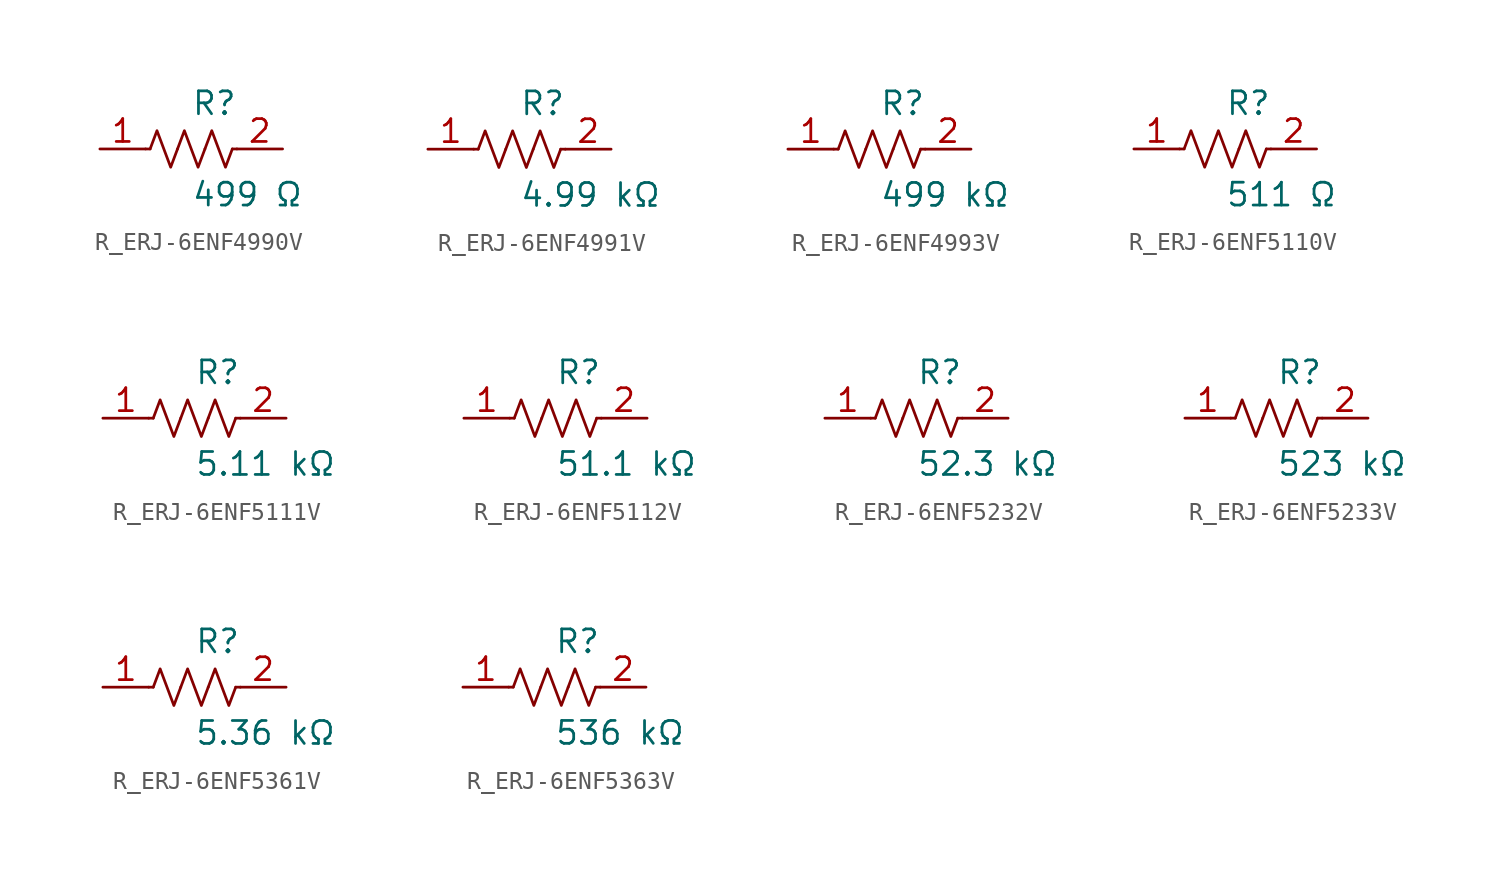
<source format=kicad_sym>
(kicad_symbol_lib
  (version 20231120)
  (generator kicad_symbol_editor)
  (generator_version 8.0)
  (symbol "R_ERJ-6ENF4990V"
    (pin_names
      (offset 0.254))
    (property "Reference" "R"
      (at 0.0 2.54 0)
      (effects (font (size 1.27 1.27)) (justify left)))
    (property "Value" "499 Ω"
      (at 0.0 -2.54 0)
      (effects (font (size 1.27 1.27)) (justify left)))
    (symbol "R_ERJ-6ENF4990V_0_1"
      (polyline (pts (xy 2.286 0) (xy 2.54 0)) (stroke (width 0) (type default)) (fill (type none)))
      (polyline (pts (xy -2.286 0) (xy -2.54 0)) (stroke (width 0) (type default)) (fill (type none)))
      (polyline (pts (xy 0.762 0) (xy 1.143 1.016) (xy 1.524 0) (xy 1.905 -1.016) (xy 2.286 0)) (stroke (width 0) (type default)) (fill (type none)))
      (polyline (pts (xy -0.762 0) (xy -0.381 1.016) (xy 0 0) (xy 0.381 -1.016) (xy 0.762 0)) (stroke (width 0) (type default)) (fill (type none)))
      (polyline (pts (xy -2.286 0) (xy -1.905 1.016) (xy -1.524 0) (xy -1.143 -1.016) (xy -0.762 0)) (stroke (width 0) (type default)) (fill (type none))))
    (pin unspecified line
      (at -5.08 0 0)
      (length 2.54)
      (name "" (effects (font (size 1.27 1.27))))
      (number "1" (effects (font (size 1.27 1.27)))))
    (pin unspecified line
      (at 5.08 0 180)
      (length 2.54)
      (name "" (effects (font (size 1.27 1.27))))
      (number "2" (effects (font (size 1.27 1.27))))))
  (symbol "R_ERJ-6ENF4991V"
    (pin_names
      (offset 0.254))
    (property "Reference" "R"
      (at 0.0 2.54 0)
      (effects (font (size 1.27 1.27)) (justify left)))
    (property "Value" "4.99 kΩ"
      (at 0.0 -2.54 0)
      (effects (font (size 1.27 1.27)) (justify left)))
    (symbol "R_ERJ-6ENF4991V_0_1"
      (polyline (pts (xy 2.286 0) (xy 2.54 0)) (stroke (width 0) (type default)) (fill (type none)))
      (polyline (pts (xy -2.286 0) (xy -2.54 0)) (stroke (width 0) (type default)) (fill (type none)))
      (polyline (pts (xy 0.762 0) (xy 1.143 1.016) (xy 1.524 0) (xy 1.905 -1.016) (xy 2.286 0)) (stroke (width 0) (type default)) (fill (type none)))
      (polyline (pts (xy -0.762 0) (xy -0.381 1.016) (xy 0 0) (xy 0.381 -1.016) (xy 0.762 0)) (stroke (width 0) (type default)) (fill (type none)))
      (polyline (pts (xy -2.286 0) (xy -1.905 1.016) (xy -1.524 0) (xy -1.143 -1.016) (xy -0.762 0)) (stroke (width 0) (type default)) (fill (type none))))
    (pin unspecified line
      (at -5.08 0 0)
      (length 2.54)
      (name "" (effects (font (size 1.27 1.27))))
      (number "1" (effects (font (size 1.27 1.27)))))
    (pin unspecified line
      (at 5.08 0 180)
      (length 2.54)
      (name "" (effects (font (size 1.27 1.27))))
      (number "2" (effects (font (size 1.27 1.27))))))
  (symbol "R_ERJ-6ENF4993V"
    (pin_names
      (offset 0.254))
    (property "Reference" "R"
      (at 0.0 2.54 0)
      (effects (font (size 1.27 1.27)) (justify left)))
    (property "Value" "499 kΩ"
      (at 0.0 -2.54 0)
      (effects (font (size 1.27 1.27)) (justify left)))
    (symbol "R_ERJ-6ENF4993V_0_1"
      (polyline (pts (xy 2.286 0) (xy 2.54 0)) (stroke (width 0) (type default)) (fill (type none)))
      (polyline (pts (xy -2.286 0) (xy -2.54 0)) (stroke (width 0) (type default)) (fill (type none)))
      (polyline (pts (xy 0.762 0) (xy 1.143 1.016) (xy 1.524 0) (xy 1.905 -1.016) (xy 2.286 0)) (stroke (width 0) (type default)) (fill (type none)))
      (polyline (pts (xy -0.762 0) (xy -0.381 1.016) (xy 0 0) (xy 0.381 -1.016) (xy 0.762 0)) (stroke (width 0) (type default)) (fill (type none)))
      (polyline (pts (xy -2.286 0) (xy -1.905 1.016) (xy -1.524 0) (xy -1.143 -1.016) (xy -0.762 0)) (stroke (width 0) (type default)) (fill (type none))))
    (pin unspecified line
      (at -5.08 0 0)
      (length 2.54)
      (name "" (effects (font (size 1.27 1.27))))
      (number "1" (effects (font (size 1.27 1.27)))))
    (pin unspecified line
      (at 5.08 0 180)
      (length 2.54)
      (name "" (effects (font (size 1.27 1.27))))
      (number "2" (effects (font (size 1.27 1.27))))))
  (symbol "R_ERJ-6ENF5110V"
    (pin_names
      (offset 0.254))
    (property "Reference" "R"
      (at 0.0 2.54 0)
      (effects (font (size 1.27 1.27)) (justify left)))
    (property "Value" "511 Ω"
      (at 0.0 -2.54 0)
      (effects (font (size 1.27 1.27)) (justify left)))
    (symbol "R_ERJ-6ENF5110V_0_1"
      (polyline (pts (xy 2.286 0) (xy 2.54 0)) (stroke (width 0) (type default)) (fill (type none)))
      (polyline (pts (xy -2.286 0) (xy -2.54 0)) (stroke (width 0) (type default)) (fill (type none)))
      (polyline (pts (xy 0.762 0) (xy 1.143 1.016) (xy 1.524 0) (xy 1.905 -1.016) (xy 2.286 0)) (stroke (width 0) (type default)) (fill (type none)))
      (polyline (pts (xy -0.762 0) (xy -0.381 1.016) (xy 0 0) (xy 0.381 -1.016) (xy 0.762 0)) (stroke (width 0) (type default)) (fill (type none)))
      (polyline (pts (xy -2.286 0) (xy -1.905 1.016) (xy -1.524 0) (xy -1.143 -1.016) (xy -0.762 0)) (stroke (width 0) (type default)) (fill (type none))))
    (pin unspecified line
      (at -5.08 0 0)
      (length 2.54)
      (name "" (effects (font (size 1.27 1.27))))
      (number "1" (effects (font (size 1.27 1.27)))))
    (pin unspecified line
      (at 5.08 0 180)
      (length 2.54)
      (name "" (effects (font (size 1.27 1.27))))
      (number "2" (effects (font (size 1.27 1.27))))))
  (symbol "R_ERJ-6ENF5111V"
    (pin_names
      (offset 0.254))
    (property "Reference" "R"
      (at 0.0 2.54 0)
      (effects (font (size 1.27 1.27)) (justify left)))
    (property "Value" "5.11 kΩ"
      (at 0.0 -2.54 0)
      (effects (font (size 1.27 1.27)) (justify left)))
    (symbol "R_ERJ-6ENF5111V_0_1"
      (polyline (pts (xy 2.286 0) (xy 2.54 0)) (stroke (width 0) (type default)) (fill (type none)))
      (polyline (pts (xy -2.286 0) (xy -2.54 0)) (stroke (width 0) (type default)) (fill (type none)))
      (polyline (pts (xy 0.762 0) (xy 1.143 1.016) (xy 1.524 0) (xy 1.905 -1.016) (xy 2.286 0)) (stroke (width 0) (type default)) (fill (type none)))
      (polyline (pts (xy -0.762 0) (xy -0.381 1.016) (xy 0 0) (xy 0.381 -1.016) (xy 0.762 0)) (stroke (width 0) (type default)) (fill (type none)))
      (polyline (pts (xy -2.286 0) (xy -1.905 1.016) (xy -1.524 0) (xy -1.143 -1.016) (xy -0.762 0)) (stroke (width 0) (type default)) (fill (type none))))
    (pin unspecified line
      (at -5.08 0 0)
      (length 2.54)
      (name "" (effects (font (size 1.27 1.27))))
      (number "1" (effects (font (size 1.27 1.27)))))
    (pin unspecified line
      (at 5.08 0 180)
      (length 2.54)
      (name "" (effects (font (size 1.27 1.27))))
      (number "2" (effects (font (size 1.27 1.27))))))
  (symbol "R_ERJ-6ENF5112V"
    (pin_names
      (offset 0.254))
    (property "Reference" "R"
      (at 0.0 2.54 0)
      (effects (font (size 1.27 1.27)) (justify left)))
    (property "Value" "51.1 kΩ"
      (at 0.0 -2.54 0)
      (effects (font (size 1.27 1.27)) (justify left)))
    (symbol "R_ERJ-6ENF5112V_0_1"
      (polyline (pts (xy 2.286 0) (xy 2.54 0)) (stroke (width 0) (type default)) (fill (type none)))
      (polyline (pts (xy -2.286 0) (xy -2.54 0)) (stroke (width 0) (type default)) (fill (type none)))
      (polyline (pts (xy 0.762 0) (xy 1.143 1.016) (xy 1.524 0) (xy 1.905 -1.016) (xy 2.286 0)) (stroke (width 0) (type default)) (fill (type none)))
      (polyline (pts (xy -0.762 0) (xy -0.381 1.016) (xy 0 0) (xy 0.381 -1.016) (xy 0.762 0)) (stroke (width 0) (type default)) (fill (type none)))
      (polyline (pts (xy -2.286 0) (xy -1.905 1.016) (xy -1.524 0) (xy -1.143 -1.016) (xy -0.762 0)) (stroke (width 0) (type default)) (fill (type none))))
    (pin unspecified line
      (at -5.08 0 0)
      (length 2.54)
      (name "" (effects (font (size 1.27 1.27))))
      (number "1" (effects (font (size 1.27 1.27)))))
    (pin unspecified line
      (at 5.08 0 180)
      (length 2.54)
      (name "" (effects (font (size 1.27 1.27))))
      (number "2" (effects (font (size 1.27 1.27))))))
  (symbol "R_ERJ-6ENF5232V"
    (pin_names
      (offset 0.254))
    (property "Reference" "R"
      (at 0.0 2.54 0)
      (effects (font (size 1.27 1.27)) (justify left)))
    (property "Value" "52.3 kΩ"
      (at 0.0 -2.54 0)
      (effects (font (size 1.27 1.27)) (justify left)))
    (symbol "R_ERJ-6ENF5232V_0_1"
      (polyline (pts (xy 2.286 0) (xy 2.54 0)) (stroke (width 0) (type default)) (fill (type none)))
      (polyline (pts (xy -2.286 0) (xy -2.54 0)) (stroke (width 0) (type default)) (fill (type none)))
      (polyline (pts (xy 0.762 0) (xy 1.143 1.016) (xy 1.524 0) (xy 1.905 -1.016) (xy 2.286 0)) (stroke (width 0) (type default)) (fill (type none)))
      (polyline (pts (xy -0.762 0) (xy -0.381 1.016) (xy 0 0) (xy 0.381 -1.016) (xy 0.762 0)) (stroke (width 0) (type default)) (fill (type none)))
      (polyline (pts (xy -2.286 0) (xy -1.905 1.016) (xy -1.524 0) (xy -1.143 -1.016) (xy -0.762 0)) (stroke (width 0) (type default)) (fill (type none))))
    (pin unspecified line
      (at -5.08 0 0)
      (length 2.54)
      (name "" (effects (font (size 1.27 1.27))))
      (number "1" (effects (font (size 1.27 1.27)))))
    (pin unspecified line
      (at 5.08 0 180)
      (length 2.54)
      (name "" (effects (font (size 1.27 1.27))))
      (number "2" (effects (font (size 1.27 1.27))))))
  (symbol "R_ERJ-6ENF5233V"
    (pin_names
      (offset 0.254))
    (property "Reference" "R"
      (at 0.0 2.54 0)
      (effects (font (size 1.27 1.27)) (justify left)))
    (property "Value" "523 kΩ"
      (at 0.0 -2.54 0)
      (effects (font (size 1.27 1.27)) (justify left)))
    (symbol "R_ERJ-6ENF5233V_0_1"
      (polyline (pts (xy 2.286 0) (xy 2.54 0)) (stroke (width 0) (type default)) (fill (type none)))
      (polyline (pts (xy -2.286 0) (xy -2.54 0)) (stroke (width 0) (type default)) (fill (type none)))
      (polyline (pts (xy 0.762 0) (xy 1.143 1.016) (xy 1.524 0) (xy 1.905 -1.016) (xy 2.286 0)) (stroke (width 0) (type default)) (fill (type none)))
      (polyline (pts (xy -0.762 0) (xy -0.381 1.016) (xy 0 0) (xy 0.381 -1.016) (xy 0.762 0)) (stroke (width 0) (type default)) (fill (type none)))
      (polyline (pts (xy -2.286 0) (xy -1.905 1.016) (xy -1.524 0) (xy -1.143 -1.016) (xy -0.762 0)) (stroke (width 0) (type default)) (fill (type none))))
    (pin unspecified line
      (at -5.08 0 0)
      (length 2.54)
      (name "" (effects (font (size 1.27 1.27))))
      (number "1" (effects (font (size 1.27 1.27)))))
    (pin unspecified line
      (at 5.08 0 180)
      (length 2.54)
      (name "" (effects (font (size 1.27 1.27))))
      (number "2" (effects (font (size 1.27 1.27))))))
  (symbol "R_ERJ-6ENF5361V"
    (pin_names
      (offset 0.254))
    (property "Reference" "R"
      (at 0.0 2.54 0)
      (effects (font (size 1.27 1.27)) (justify left)))
    (property "Value" "5.36 kΩ"
      (at 0.0 -2.54 0)
      (effects (font (size 1.27 1.27)) (justify left)))
    (symbol "R_ERJ-6ENF5361V_0_1"
      (polyline (pts (xy 2.286 0) (xy 2.54 0)) (stroke (width 0) (type default)) (fill (type none)))
      (polyline (pts (xy -2.286 0) (xy -2.54 0)) (stroke (width 0) (type default)) (fill (type none)))
      (polyline (pts (xy 0.762 0) (xy 1.143 1.016) (xy 1.524 0) (xy 1.905 -1.016) (xy 2.286 0)) (stroke (width 0) (type default)) (fill (type none)))
      (polyline (pts (xy -0.762 0) (xy -0.381 1.016) (xy 0 0) (xy 0.381 -1.016) (xy 0.762 0)) (stroke (width 0) (type default)) (fill (type none)))
      (polyline (pts (xy -2.286 0) (xy -1.905 1.016) (xy -1.524 0) (xy -1.143 -1.016) (xy -0.762 0)) (stroke (width 0) (type default)) (fill (type none))))
    (pin unspecified line
      (at -5.08 0 0)
      (length 2.54)
      (name "" (effects (font (size 1.27 1.27))))
      (number "1" (effects (font (size 1.27 1.27)))))
    (pin unspecified line
      (at 5.08 0 180)
      (length 2.54)
      (name "" (effects (font (size 1.27 1.27))))
      (number "2" (effects (font (size 1.27 1.27))))))
  (symbol "R_ERJ-6ENF5363V"
    (pin_names
      (offset 0.254))
    (property "Reference" "R"
      (at 0.0 2.54 0)
      (effects (font (size 1.27 1.27)) (justify left)))
    (property "Value" "536 kΩ"
      (at 0.0 -2.54 0)
      (effects (font (size 1.27 1.27)) (justify left)))
    (symbol "R_ERJ-6ENF5363V_0_1"
      (polyline (pts (xy 2.286 0) (xy 2.54 0)) (stroke (width 0) (type default)) (fill (type none)))
      (polyline (pts (xy -2.286 0) (xy -2.54 0)) (stroke (width 0) (type default)) (fill (type none)))
      (polyline (pts (xy 0.762 0) (xy 1.143 1.016) (xy 1.524 0) (xy 1.905 -1.016) (xy 2.286 0)) (stroke (width 0) (type default)) (fill (type none)))
      (polyline (pts (xy -0.762 0) (xy -0.381 1.016) (xy 0 0) (xy 0.381 -1.016) (xy 0.762 0)) (stroke (width 0) (type default)) (fill (type none)))
      (polyline (pts (xy -2.286 0) (xy -1.905 1.016) (xy -1.524 0) (xy -1.143 -1.016) (xy -0.762 0)) (stroke (width 0) (type default)) (fill (type none))))
    (pin unspecified line
      (at -5.08 0 0)
      (length 2.54)
      (name "" (effects (font (size 1.27 1.27))))
      (number "1" (effects (font (size 1.27 1.27)))))
    (pin unspecified line
      (at 5.08 0 180)
      (length 2.54)
      (name "" (effects (font (size 1.27 1.27))))
      (number "2" (effects (font (size 1.27 1.27)))))))
</source>
